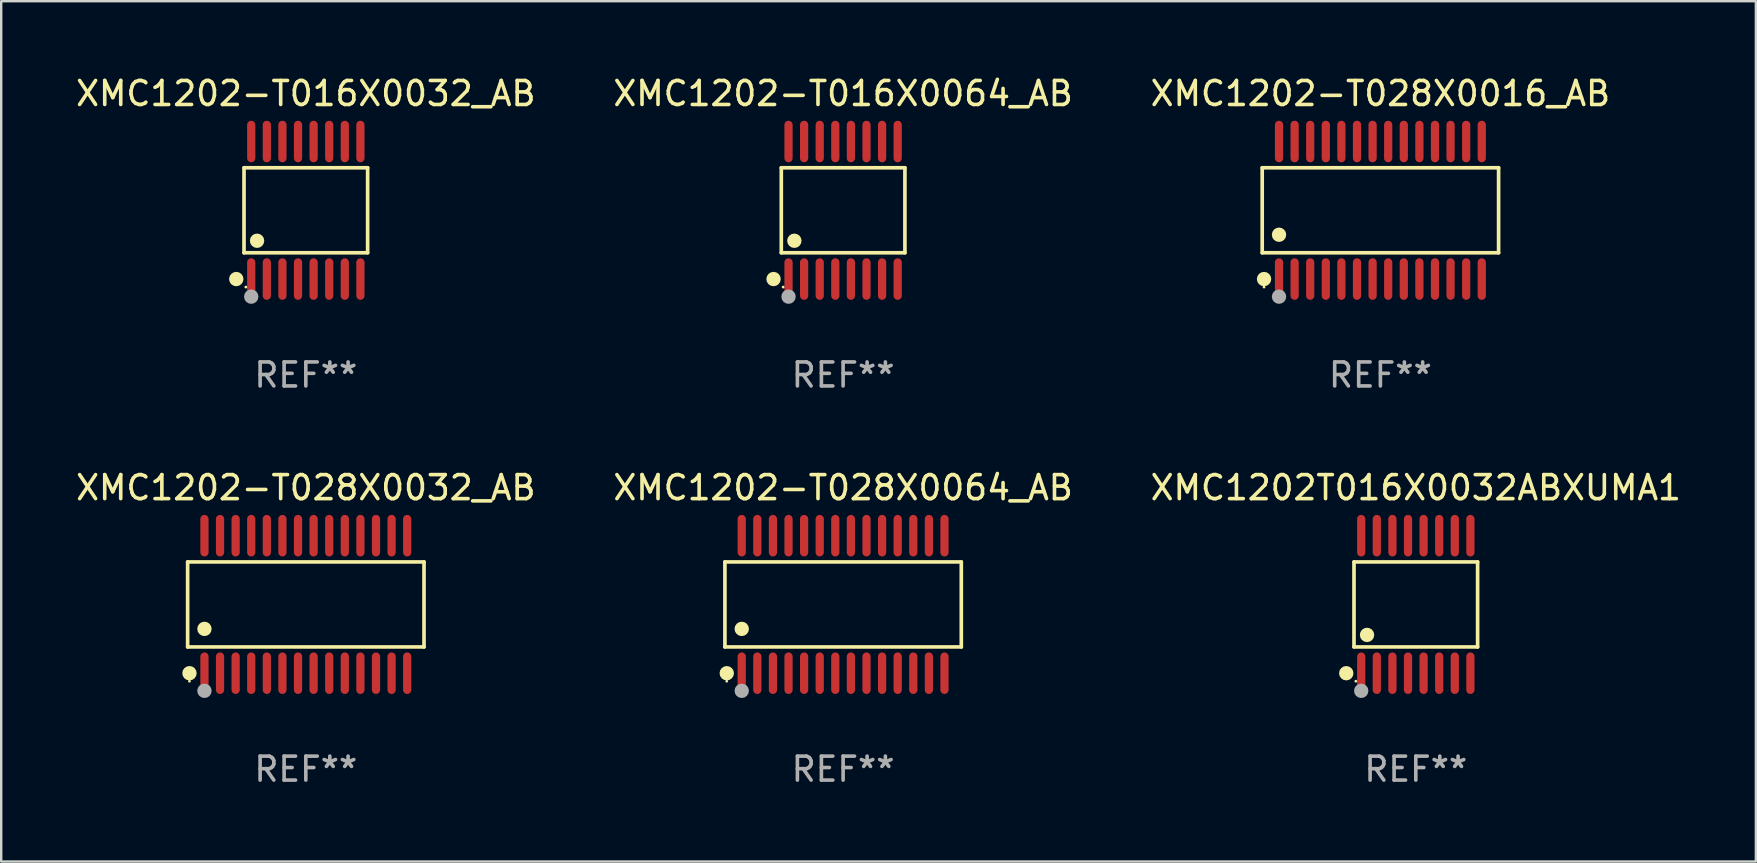
<source format=kicad_pcb>
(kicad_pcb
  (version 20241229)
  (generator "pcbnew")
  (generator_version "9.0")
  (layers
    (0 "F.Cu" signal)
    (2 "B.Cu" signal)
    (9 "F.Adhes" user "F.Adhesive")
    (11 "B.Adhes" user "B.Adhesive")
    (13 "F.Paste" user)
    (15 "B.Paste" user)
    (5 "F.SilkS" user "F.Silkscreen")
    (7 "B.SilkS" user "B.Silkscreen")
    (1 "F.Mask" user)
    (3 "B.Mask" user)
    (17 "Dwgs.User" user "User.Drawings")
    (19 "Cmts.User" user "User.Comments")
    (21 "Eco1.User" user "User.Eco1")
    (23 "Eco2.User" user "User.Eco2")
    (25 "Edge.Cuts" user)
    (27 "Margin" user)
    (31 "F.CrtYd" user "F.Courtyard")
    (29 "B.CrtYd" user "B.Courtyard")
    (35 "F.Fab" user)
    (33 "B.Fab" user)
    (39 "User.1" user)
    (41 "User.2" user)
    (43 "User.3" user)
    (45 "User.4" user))
  (footprint "XMC1202-T016X0032_AB"
    (layer "F.Cu")
    (at 9.696 5.714)
    (property "Reference" "XMC1202-T016X0032_AB" (at 0 -4.866 0) (layer "F.SilkS") (effects (font (size 1 1) (thickness 0.15))))
    (attr through_hole)
    (fp_line (start -2.576 -1.772) (end 2.576 -1.772) (stroke (width 0.152) (type solid)) (layer "F.SilkS"))
    (fp_line (start -2.576 1.771) (end -2.576 -1.772) (stroke (width 0.152) (type solid)) (layer "F.SilkS"))
    (fp_line (start 2.576 -1.772) (end 2.576 1.771) (stroke (width 0.152) (type solid)) (layer "F.SilkS"))
    (fp_line (start 2.576 1.771) (end -2.576 1.771) (stroke (width 0.152) (type solid)) (layer "F.SilkS"))
    (fp_circle (center -2.899 2.866) (end -2.749 2.866) (stroke (width 0.3) (type solid)) (fill no) (layer "F.SilkS"))
    (fp_circle (center -2.5 3.2) (end -2.47 3.2) (stroke (width 0.06) (type solid)) (fill no) (layer "F.SilkS"))
    (fp_circle (center -2.032 1.27) (end -1.882 1.27) (stroke (width 0.3) (type solid)) (fill no) (layer "F.SilkS"))
    (fp_circle (center -2.275 3.6) (end -2.125 3.6) (stroke (width 0.3) (type solid)) (fill no) (layer "F.Fab"))
    (fp_text user "REF**" (at 0 6.866 0) (layer "F.Fab") (effects (font (size 1 1) (thickness 0.15))))
    (pad "1" smd oval (at -2.275 2.866) (size 0.343 1.731) (layers "F.Cu" "F.Mask" "F.Paste"))
    (pad "2" smd oval (at -1.625 2.866) (size 0.343 1.731) (layers "F.Cu" "F.Mask" "F.Paste"))
    (pad "3" smd oval (at -0.975 2.866) (size 0.343 1.731) (layers "F.Cu" "F.Mask" "F.Paste"))
    (pad "4" smd oval (at -0.325 2.866) (size 0.343 1.731) (layers "F.Cu" "F.Mask" "F.Paste"))
    (pad "5" smd oval (at 0.325 2.866) (size 0.343 1.731) (layers "F.Cu" "F.Mask" "F.Paste"))
    (pad "6" smd oval (at 0.975 2.866) (size 0.343 1.731) (layers "F.Cu" "F.Mask" "F.Paste"))
    (pad "7" smd oval (at 1.625 2.866) (size 0.343 1.731) (layers "F.Cu" "F.Mask" "F.Paste"))
    (pad "8" smd oval (at 2.275 2.866) (size 0.343 1.731) (layers "F.Cu" "F.Mask" "F.Paste"))
    (pad "9" smd oval (at 2.275 -2.866) (size 0.343 1.731) (layers "F.Cu" "F.Mask" "F.Paste"))
    (pad "10" smd oval (at 1.625 -2.866) (size 0.343 1.731) (layers "F.Cu" "F.Mask" "F.Paste"))
    (pad "11" smd oval (at 0.975 -2.866) (size 0.343 1.731) (layers "F.Cu" "F.Mask" "F.Paste"))
    (pad "12" smd oval (at 0.325 -2.866) (size 0.343 1.731) (layers "F.Cu" "F.Mask" "F.Paste"))
    (pad "13" smd oval (at -0.325 -2.866) (size 0.343 1.731) (layers "F.Cu" "F.Mask" "F.Paste"))
    (pad "14" smd oval (at -0.975 -2.866) (size 0.343 1.731) (layers "F.Cu" "F.Mask" "F.Paste"))
    (pad "15" smd oval (at -1.625 -2.866) (size 0.343 1.731) (layers "F.Cu" "F.Mask" "F.Paste"))
    (pad "16" smd oval (at -2.275 -2.866) (size 0.343 1.731) (layers "F.Cu" "F.Mask" "F.Paste")))
  (footprint "XMC1202-T016X0064_AB"
    (layer "F.Cu")
    (at 32.089 5.714)
    (property "Reference" "XMC1202-T016X0064_AB" (at 0 -4.866 0) (layer "F.SilkS") (effects (font (size 1 1) (thickness 0.15))))
    (attr through_hole)
    (fp_line (start -2.576 -1.772) (end 2.576 -1.772) (stroke (width 0.152) (type solid)) (layer "F.SilkS"))
    (fp_line (start -2.576 1.771) (end -2.576 -1.772) (stroke (width 0.152) (type solid)) (layer "F.SilkS"))
    (fp_line (start 2.576 -1.772) (end 2.576 1.771) (stroke (width 0.152) (type solid)) (layer "F.SilkS"))
    (fp_line (start 2.576 1.771) (end -2.576 1.771) (stroke (width 0.152) (type solid)) (layer "F.SilkS"))
    (fp_circle (center -2.899 2.866) (end -2.749 2.866) (stroke (width 0.3) (type solid)) (fill no) (layer "F.SilkS"))
    (fp_circle (center -2.5 3.2) (end -2.47 3.2) (stroke (width 0.06) (type solid)) (fill no) (layer "F.SilkS"))
    (fp_circle (center -2.032 1.27) (end -1.882 1.27) (stroke (width 0.3) (type solid)) (fill no) (layer "F.SilkS"))
    (fp_circle (center -2.275 3.6) (end -2.125 3.6) (stroke (width 0.3) (type solid)) (fill no) (layer "F.Fab"))
    (fp_text user "REF**" (at 0 6.866 0) (layer "F.Fab") (effects (font (size 1 1) (thickness 0.15))))
    (pad "1" smd oval (at -2.275 2.866) (size 0.343 1.731) (layers "F.Cu" "F.Mask" "F.Paste"))
    (pad "2" smd oval (at -1.625 2.866) (size 0.343 1.731) (layers "F.Cu" "F.Mask" "F.Paste"))
    (pad "3" smd oval (at -0.975 2.866) (size 0.343 1.731) (layers "F.Cu" "F.Mask" "F.Paste"))
    (pad "4" smd oval (at -0.325 2.866) (size 0.343 1.731) (layers "F.Cu" "F.Mask" "F.Paste"))
    (pad "5" smd oval (at 0.325 2.866) (size 0.343 1.731) (layers "F.Cu" "F.Mask" "F.Paste"))
    (pad "6" smd oval (at 0.975 2.866) (size 0.343 1.731) (layers "F.Cu" "F.Mask" "F.Paste"))
    (pad "7" smd oval (at 1.625 2.866) (size 0.343 1.731) (layers "F.Cu" "F.Mask" "F.Paste"))
    (pad "8" smd oval (at 2.275 2.866) (size 0.343 1.731) (layers "F.Cu" "F.Mask" "F.Paste"))
    (pad "9" smd oval (at 2.275 -2.866) (size 0.343 1.731) (layers "F.Cu" "F.Mask" "F.Paste"))
    (pad "10" smd oval (at 1.625 -2.866) (size 0.343 1.731) (layers "F.Cu" "F.Mask" "F.Paste"))
    (pad "11" smd oval (at 0.975 -2.866) (size 0.343 1.731) (layers "F.Cu" "F.Mask" "F.Paste"))
    (pad "12" smd oval (at 0.325 -2.866) (size 0.343 1.731) (layers "F.Cu" "F.Mask" "F.Paste"))
    (pad "13" smd oval (at -0.325 -2.866) (size 0.343 1.731) (layers "F.Cu" "F.Mask" "F.Paste"))
    (pad "14" smd oval (at -0.975 -2.866) (size 0.343 1.731) (layers "F.Cu" "F.Mask" "F.Paste"))
    (pad "15" smd oval (at -1.625 -2.866) (size 0.343 1.731) (layers "F.Cu" "F.Mask" "F.Paste"))
    (pad "16" smd oval (at -2.275 -2.866) (size 0.343 1.731) (layers "F.Cu" "F.Mask" "F.Paste")))
  (footprint "XMC1202T016X0032ABXUMA1"
    (layer "F.Cu")
    (at 55.958 22.142)
    (property "Reference" "XMC1202T016X0032ABXUMA1" (at 0 -4.866 0) (layer "F.SilkS") (effects (font (size 1 1) (thickness 0.15))))
    (attr through_hole)
    (fp_line (start -2.576 -1.772) (end 2.576 -1.772) (stroke (width 0.152) (type solid)) (layer "F.SilkS"))
    (fp_line (start -2.576 1.771) (end -2.576 -1.772) (stroke (width 0.152) (type solid)) (layer "F.SilkS"))
    (fp_line (start 2.576 -1.772) (end 2.576 1.771) (stroke (width 0.152) (type solid)) (layer "F.SilkS"))
    (fp_line (start 2.576 1.771) (end -2.576 1.771) (stroke (width 0.152) (type solid)) (layer "F.SilkS"))
    (fp_circle (center -2.899 2.866) (end -2.749 2.866) (stroke (width 0.3) (type solid)) (fill no) (layer "F.SilkS"))
    (fp_circle (center -2.5 3.2) (end -2.47 3.2) (stroke (width 0.06) (type solid)) (fill no) (layer "F.SilkS"))
    (fp_circle (center -2.032 1.27) (end -1.882 1.27) (stroke (width 0.3) (type solid)) (fill no) (layer "F.SilkS"))
    (fp_circle (center -2.275 3.6) (end -2.125 3.6) (stroke (width 0.3) (type solid)) (fill no) (layer "F.Fab"))
    (fp_text user "REF**" (at 0 6.866 0) (layer "F.Fab") (effects (font (size 1 1) (thickness 0.15))))
    (pad "1" smd oval (at -2.275 2.866) (size 0.343 1.731) (layers "F.Cu" "F.Mask" "F.Paste"))
    (pad "2" smd oval (at -1.625 2.866) (size 0.343 1.731) (layers "F.Cu" "F.Mask" "F.Paste"))
    (pad "3" smd oval (at -0.975 2.866) (size 0.343 1.731) (layers "F.Cu" "F.Mask" "F.Paste"))
    (pad "4" smd oval (at -0.325 2.866) (size 0.343 1.731) (layers "F.Cu" "F.Mask" "F.Paste"))
    (pad "5" smd oval (at 0.325 2.866) (size 0.343 1.731) (layers "F.Cu" "F.Mask" "F.Paste"))
    (pad "6" smd oval (at 0.975 2.866) (size 0.343 1.731) (layers "F.Cu" "F.Mask" "F.Paste"))
    (pad "7" smd oval (at 1.625 2.866) (size 0.343 1.731) (layers "F.Cu" "F.Mask" "F.Paste"))
    (pad "8" smd oval (at 2.275 2.866) (size 0.343 1.731) (layers "F.Cu" "F.Mask" "F.Paste"))
    (pad "9" smd oval (at 2.275 -2.866) (size 0.343 1.731) (layers "F.Cu" "F.Mask" "F.Paste"))
    (pad "10" smd oval (at 1.625 -2.866) (size 0.343 1.731) (layers "F.Cu" "F.Mask" "F.Paste"))
    (pad "11" smd oval (at 0.975 -2.866) (size 0.343 1.731) (layers "F.Cu" "F.Mask" "F.Paste"))
    (pad "12" smd oval (at 0.325 -2.866) (size 0.343 1.731) (layers "F.Cu" "F.Mask" "F.Paste"))
    (pad "13" smd oval (at -0.325 -2.866) (size 0.343 1.731) (layers "F.Cu" "F.Mask" "F.Paste"))
    (pad "14" smd oval (at -0.975 -2.866) (size 0.343 1.731) (layers "F.Cu" "F.Mask" "F.Paste"))
    (pad "15" smd oval (at -1.625 -2.866) (size 0.343 1.731) (layers "F.Cu" "F.Mask" "F.Paste"))
    (pad "16" smd oval (at -2.275 -2.866) (size 0.343 1.731) (layers "F.Cu" "F.Mask" "F.Paste")))
  (footprint "XMC1202-T028X0016_AB"
    (layer "F.Cu")
    (at 54.482 5.714)
    (property "Reference" "XMC1202-T028X0016_AB" (at 0 -4.866 0) (layer "F.SilkS") (effects (font (size 1 1) (thickness 0.15))))
    (attr through_hole)
    (fp_line (start -4.926 -1.772) (end 4.926 -1.772) (stroke (width 0.152) (type solid)) (layer "F.SilkS"))
    (fp_line (start -4.926 1.771) (end -4.926 -1.772) (stroke (width 0.152) (type solid)) (layer "F.SilkS"))
    (fp_line (start 4.926 -1.772) (end 4.926 1.771) (stroke (width 0.152) (type solid)) (layer "F.SilkS"))
    (fp_line (start 4.926 1.771) (end -4.926 1.771) (stroke (width 0.152) (type solid)) (layer "F.SilkS"))
    (fp_circle (center -4.85 3.2) (end -4.82 3.2) (stroke (width 0.06) (type solid)) (fill no) (layer "F.SilkS"))
    (fp_circle (center -4.849 2.866) (end -4.699 2.866) (stroke (width 0.3) (type solid)) (fill no) (layer "F.SilkS"))
    (fp_circle (center -4.225 1.019) (end -4.075 1.019) (stroke (width 0.3) (type solid)) (fill no) (layer "F.SilkS"))
    (fp_circle (center -4.225 3.6) (end -4.075 3.6) (stroke (width 0.3) (type solid)) (fill no) (layer "F.Fab"))
    (fp_text user "REF**" (at 0 6.866 0) (layer "F.Fab") (effects (font (size 1 1) (thickness 0.15))))
    (pad "1" smd oval (at -4.225 2.866) (size 0.343 1.731) (layers "F.Cu" "F.Mask" "F.Paste"))
    (pad "2" smd oval (at -3.575 2.866) (size 0.343 1.731) (layers "F.Cu" "F.Mask" "F.Paste"))
    (pad "3" smd oval (at -2.925 2.866) (size 0.343 1.731) (layers "F.Cu" "F.Mask" "F.Paste"))
    (pad "4" smd oval (at -2.275 2.866) (size 0.343 1.731) (layers "F.Cu" "F.Mask" "F.Paste"))
    (pad "5" smd oval (at -1.625 2.866) (size 0.343 1.731) (layers "F.Cu" "F.Mask" "F.Paste"))
    (pad "6" smd oval (at -0.975 2.866) (size 0.343 1.731) (layers "F.Cu" "F.Mask" "F.Paste"))
    (pad "7" smd oval (at -0.325 2.866) (size 0.343 1.731) (layers "F.Cu" "F.Mask" "F.Paste"))
    (pad "8" smd oval (at 0.325 2.866) (size 0.343 1.731) (layers "F.Cu" "F.Mask" "F.Paste"))
    (pad "9" smd oval (at 0.975 2.866) (size 0.343 1.731) (layers "F.Cu" "F.Mask" "F.Paste"))
    (pad "10" smd oval (at 1.625 2.866) (size 0.343 1.731) (layers "F.Cu" "F.Mask" "F.Paste"))
    (pad "11" smd oval (at 2.275 2.866) (size 0.343 1.731) (layers "F.Cu" "F.Mask" "F.Paste"))
    (pad "12" smd oval (at 2.925 2.866) (size 0.343 1.731) (layers "F.Cu" "F.Mask" "F.Paste"))
    (pad "13" smd oval (at 3.575 2.866) (size 0.343 1.731) (layers "F.Cu" "F.Mask" "F.Paste"))
    (pad "14" smd oval (at 4.225 2.866) (size 0.343 1.731) (layers "F.Cu" "F.Mask" "F.Paste"))
    (pad "15" smd oval (at 4.225 -2.866) (size 0.343 1.731) (layers "F.Cu" "F.Mask" "F.Paste"))
    (pad "16" smd oval (at 3.575 -2.866) (size 0.343 1.731) (layers "F.Cu" "F.Mask" "F.Paste"))
    (pad "17" smd oval (at 2.925 -2.866) (size 0.343 1.731) (layers "F.Cu" "F.Mask" "F.Paste"))
    (pad "18" smd oval (at 2.275 -2.866) (size 0.343 1.731) (layers "F.Cu" "F.Mask" "F.Paste"))
    (pad "19" smd oval (at 1.625 -2.866) (size 0.343 1.731) (layers "F.Cu" "F.Mask" "F.Paste"))
    (pad "20" smd oval (at 0.975 -2.866) (size 0.343 1.731) (layers "F.Cu" "F.Mask" "F.Paste"))
    (pad "21" smd oval (at 0.325 -2.866) (size 0.343 1.731) (layers "F.Cu" "F.Mask" "F.Paste"))
    (pad "22" smd oval (at -0.325 -2.866) (size 0.343 1.731) (layers "F.Cu" "F.Mask" "F.Paste"))
    (pad "23" smd oval (at -0.975 -2.866) (size 0.343 1.731) (layers "F.Cu" "F.Mask" "F.Paste"))
    (pad "24" smd oval (at -1.625 -2.866) (size 0.343 1.731) (layers "F.Cu" "F.Mask" "F.Paste"))
    (pad "25" smd oval (at -2.275 -2.866) (size 0.343 1.731) (layers "F.Cu" "F.Mask" "F.Paste"))
    (pad "26" smd oval (at -2.925 -2.866) (size 0.343 1.731) (layers "F.Cu" "F.Mask" "F.Paste"))
    (pad "27" smd oval (at -3.575 -2.866) (size 0.343 1.731) (layers "F.Cu" "F.Mask" "F.Paste"))
    (pad "28" smd oval (at -4.225 -2.866) (size 0.343 1.731) (layers "F.Cu" "F.Mask" "F.Paste")))
  (footprint "XMC1202-T028X0032_AB"
    (layer "F.Cu")
    (at 9.696 22.142)
    (property "Reference" "XMC1202-T028X0032_AB" (at 0 -4.866 0) (layer "F.SilkS") (effects (font (size 1 1) (thickness 0.15))))
    (attr through_hole)
    (fp_line (start -4.926 -1.772) (end 4.926 -1.772) (stroke (width 0.152) (type solid)) (layer "F.SilkS"))
    (fp_line (start -4.926 1.771) (end -4.926 -1.772) (stroke (width 0.152) (type solid)) (layer "F.SilkS"))
    (fp_line (start 4.926 -1.772) (end 4.926 1.771) (stroke (width 0.152) (type solid)) (layer "F.SilkS"))
    (fp_line (start 4.926 1.771) (end -4.926 1.771) (stroke (width 0.152) (type solid)) (layer "F.SilkS"))
    (fp_circle (center -4.85 3.2) (end -4.82 3.2) (stroke (width 0.06) (type solid)) (fill no) (layer "F.SilkS"))
    (fp_circle (center -4.849 2.866) (end -4.699 2.866) (stroke (width 0.3) (type solid)) (fill no) (layer "F.SilkS"))
    (fp_circle (center -4.225 1.019) (end -4.075 1.019) (stroke (width 0.3) (type solid)) (fill no) (layer "F.SilkS"))
    (fp_circle (center -4.225 3.6) (end -4.075 3.6) (stroke (width 0.3) (type solid)) (fill no) (layer "F.Fab"))
    (fp_text user "REF**" (at 0 6.866 0) (layer "F.Fab") (effects (font (size 1 1) (thickness 0.15))))
    (pad "1" smd oval (at -4.225 2.866) (size 0.343 1.731) (layers "F.Cu" "F.Mask" "F.Paste"))
    (pad "2" smd oval (at -3.575 2.866) (size 0.343 1.731) (layers "F.Cu" "F.Mask" "F.Paste"))
    (pad "3" smd oval (at -2.925 2.866) (size 0.343 1.731) (layers "F.Cu" "F.Mask" "F.Paste"))
    (pad "4" smd oval (at -2.275 2.866) (size 0.343 1.731) (layers "F.Cu" "F.Mask" "F.Paste"))
    (pad "5" smd oval (at -1.625 2.866) (size 0.343 1.731) (layers "F.Cu" "F.Mask" "F.Paste"))
    (pad "6" smd oval (at -0.975 2.866) (size 0.343 1.731) (layers "F.Cu" "F.Mask" "F.Paste"))
    (pad "7" smd oval (at -0.325 2.866) (size 0.343 1.731) (layers "F.Cu" "F.Mask" "F.Paste"))
    (pad "8" smd oval (at 0.325 2.866) (size 0.343 1.731) (layers "F.Cu" "F.Mask" "F.Paste"))
    (pad "9" smd oval (at 0.975 2.866) (size 0.343 1.731) (layers "F.Cu" "F.Mask" "F.Paste"))
    (pad "10" smd oval (at 1.625 2.866) (size 0.343 1.731) (layers "F.Cu" "F.Mask" "F.Paste"))
    (pad "11" smd oval (at 2.275 2.866) (size 0.343 1.731) (layers "F.Cu" "F.Mask" "F.Paste"))
    (pad "12" smd oval (at 2.925 2.866) (size 0.343 1.731) (layers "F.Cu" "F.Mask" "F.Paste"))
    (pad "13" smd oval (at 3.575 2.866) (size 0.343 1.731) (layers "F.Cu" "F.Mask" "F.Paste"))
    (pad "14" smd oval (at 4.225 2.866) (size 0.343 1.731) (layers "F.Cu" "F.Mask" "F.Paste"))
    (pad "15" smd oval (at 4.225 -2.866) (size 0.343 1.731) (layers "F.Cu" "F.Mask" "F.Paste"))
    (pad "16" smd oval (at 3.575 -2.866) (size 0.343 1.731) (layers "F.Cu" "F.Mask" "F.Paste"))
    (pad "17" smd oval (at 2.925 -2.866) (size 0.343 1.731) (layers "F.Cu" "F.Mask" "F.Paste"))
    (pad "18" smd oval (at 2.275 -2.866) (size 0.343 1.731) (layers "F.Cu" "F.Mask" "F.Paste"))
    (pad "19" smd oval (at 1.625 -2.866) (size 0.343 1.731) (layers "F.Cu" "F.Mask" "F.Paste"))
    (pad "20" smd oval (at 0.975 -2.866) (size 0.343 1.731) (layers "F.Cu" "F.Mask" "F.Paste"))
    (pad "21" smd oval (at 0.325 -2.866) (size 0.343 1.731) (layers "F.Cu" "F.Mask" "F.Paste"))
    (pad "22" smd oval (at -0.325 -2.866) (size 0.343 1.731) (layers "F.Cu" "F.Mask" "F.Paste"))
    (pad "23" smd oval (at -0.975 -2.866) (size 0.343 1.731) (layers "F.Cu" "F.Mask" "F.Paste"))
    (pad "24" smd oval (at -1.625 -2.866) (size 0.343 1.731) (layers "F.Cu" "F.Mask" "F.Paste"))
    (pad "25" smd oval (at -2.275 -2.866) (size 0.343 1.731) (layers "F.Cu" "F.Mask" "F.Paste"))
    (pad "26" smd oval (at -2.925 -2.866) (size 0.343 1.731) (layers "F.Cu" "F.Mask" "F.Paste"))
    (pad "27" smd oval (at -3.575 -2.866) (size 0.343 1.731) (layers "F.Cu" "F.Mask" "F.Paste"))
    (pad "28" smd oval (at -4.225 -2.866) (size 0.343 1.731) (layers "F.Cu" "F.Mask" "F.Paste")))
  (footprint "XMC1202-T028X0064_AB"
    (layer "F.Cu")
    (at 32.089 22.142)
    (property "Reference" "XMC1202-T028X0064_AB" (at 0 -4.866 0) (layer "F.SilkS") (effects (font (size 1 1) (thickness 0.15))))
    (attr through_hole)
    (fp_line (start -4.926 -1.772) (end 4.926 -1.772) (stroke (width 0.152) (type solid)) (layer "F.SilkS"))
    (fp_line (start -4.926 1.771) (end -4.926 -1.772) (stroke (width 0.152) (type solid)) (layer "F.SilkS"))
    (fp_line (start 4.926 -1.772) (end 4.926 1.771) (stroke (width 0.152) (type solid)) (layer "F.SilkS"))
    (fp_line (start 4.926 1.771) (end -4.926 1.771) (stroke (width 0.152) (type solid)) (layer "F.SilkS"))
    (fp_circle (center -4.85 3.2) (end -4.82 3.2) (stroke (width 0.06) (type solid)) (fill no) (layer "F.SilkS"))
    (fp_circle (center -4.849 2.866) (end -4.699 2.866) (stroke (width 0.3) (type solid)) (fill no) (layer "F.SilkS"))
    (fp_circle (center -4.225 1.019) (end -4.075 1.019) (stroke (width 0.3) (type solid)) (fill no) (layer "F.SilkS"))
    (fp_circle (center -4.225 3.6) (end -4.075 3.6) (stroke (width 0.3) (type solid)) (fill no) (layer "F.Fab"))
    (fp_text user "REF**" (at 0 6.866 0) (layer "F.Fab") (effects (font (size 1 1) (thickness 0.15))))
    (pad "1" smd oval (at -4.225 2.866) (size 0.343 1.731) (layers "F.Cu" "F.Mask" "F.Paste"))
    (pad "2" smd oval (at -3.575 2.866) (size 0.343 1.731) (layers "F.Cu" "F.Mask" "F.Paste"))
    (pad "3" smd oval (at -2.925 2.866) (size 0.343 1.731) (layers "F.Cu" "F.Mask" "F.Paste"))
    (pad "4" smd oval (at -2.275 2.866) (size 0.343 1.731) (layers "F.Cu" "F.Mask" "F.Paste"))
    (pad "5" smd oval (at -1.625 2.866) (size 0.343 1.731) (layers "F.Cu" "F.Mask" "F.Paste"))
    (pad "6" smd oval (at -0.975 2.866) (size 0.343 1.731) (layers "F.Cu" "F.Mask" "F.Paste"))
    (pad "7" smd oval (at -0.325 2.866) (size 0.343 1.731) (layers "F.Cu" "F.Mask" "F.Paste"))
    (pad "8" smd oval (at 0.325 2.866) (size 0.343 1.731) (layers "F.Cu" "F.Mask" "F.Paste"))
    (pad "9" smd oval (at 0.975 2.866) (size 0.343 1.731) (layers "F.Cu" "F.Mask" "F.Paste"))
    (pad "10" smd oval (at 1.625 2.866) (size 0.343 1.731) (layers "F.Cu" "F.Mask" "F.Paste"))
    (pad "11" smd oval (at 2.275 2.866) (size 0.343 1.731) (layers "F.Cu" "F.Mask" "F.Paste"))
    (pad "12" smd oval (at 2.925 2.866) (size 0.343 1.731) (layers "F.Cu" "F.Mask" "F.Paste"))
    (pad "13" smd oval (at 3.575 2.866) (size 0.343 1.731) (layers "F.Cu" "F.Mask" "F.Paste"))
    (pad "14" smd oval (at 4.225 2.866) (size 0.343 1.731) (layers "F.Cu" "F.Mask" "F.Paste"))
    (pad "15" smd oval (at 4.225 -2.866) (size 0.343 1.731) (layers "F.Cu" "F.Mask" "F.Paste"))
    (pad "16" smd oval (at 3.575 -2.866) (size 0.343 1.731) (layers "F.Cu" "F.Mask" "F.Paste"))
    (pad "17" smd oval (at 2.925 -2.866) (size 0.343 1.731) (layers "F.Cu" "F.Mask" "F.Paste"))
    (pad "18" smd oval (at 2.275 -2.866) (size 0.343 1.731) (layers "F.Cu" "F.Mask" "F.Paste"))
    (pad "19" smd oval (at 1.625 -2.866) (size 0.343 1.731) (layers "F.Cu" "F.Mask" "F.Paste"))
    (pad "20" smd oval (at 0.975 -2.866) (size 0.343 1.731) (layers "F.Cu" "F.Mask" "F.Paste"))
    (pad "21" smd oval (at 0.325 -2.866) (size 0.343 1.731) (layers "F.Cu" "F.Mask" "F.Paste"))
    (pad "22" smd oval (at -0.325 -2.866) (size 0.343 1.731) (layers "F.Cu" "F.Mask" "F.Paste"))
    (pad "23" smd oval (at -0.975 -2.866) (size 0.343 1.731) (layers "F.Cu" "F.Mask" "F.Paste"))
    (pad "24" smd oval (at -1.625 -2.866) (size 0.343 1.731) (layers "F.Cu" "F.Mask" "F.Paste"))
    (pad "25" smd oval (at -2.275 -2.866) (size 0.343 1.731) (layers "F.Cu" "F.Mask" "F.Paste"))
    (pad "26" smd oval (at -2.925 -2.866) (size 0.343 1.731) (layers "F.Cu" "F.Mask" "F.Paste"))
    (pad "27" smd oval (at -3.575 -2.866) (size 0.343 1.731) (layers "F.Cu" "F.Mask" "F.Paste"))
    (pad "28" smd oval (at -4.225 -2.866) (size 0.343 1.731) (layers "F.Cu" "F.Mask" "F.Paste")))
  (gr_rect
    (start -3 -3)
    (end 70.131 32.856)
    (stroke (width 0.1) (type default))
    (fill no)
    (layer "Edge.Cuts")))
</source>
